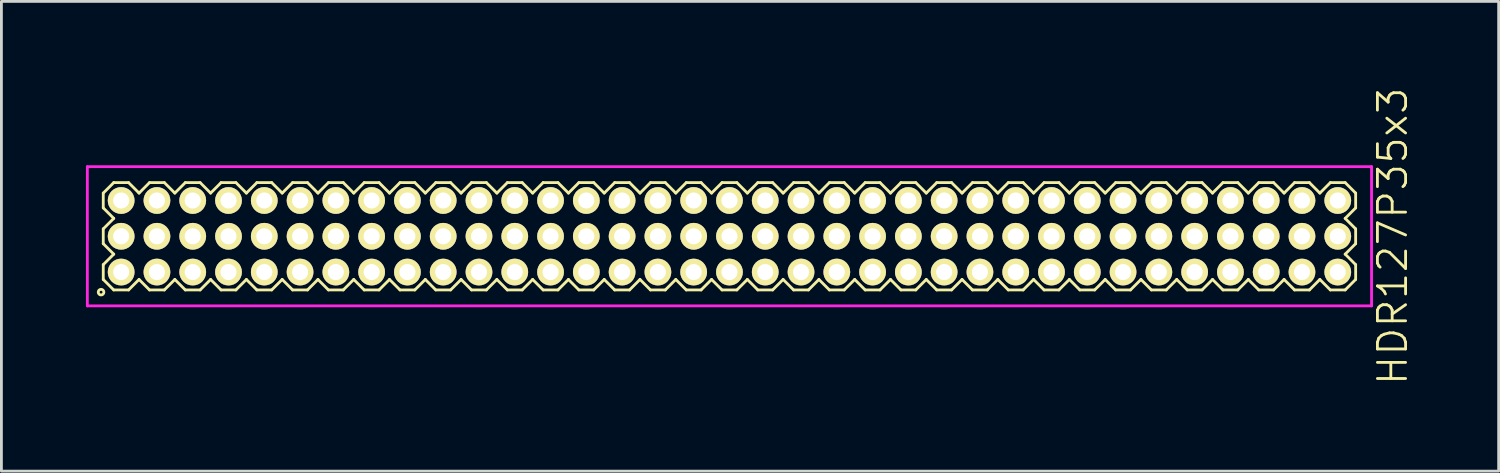
<source format=kicad_pcb>
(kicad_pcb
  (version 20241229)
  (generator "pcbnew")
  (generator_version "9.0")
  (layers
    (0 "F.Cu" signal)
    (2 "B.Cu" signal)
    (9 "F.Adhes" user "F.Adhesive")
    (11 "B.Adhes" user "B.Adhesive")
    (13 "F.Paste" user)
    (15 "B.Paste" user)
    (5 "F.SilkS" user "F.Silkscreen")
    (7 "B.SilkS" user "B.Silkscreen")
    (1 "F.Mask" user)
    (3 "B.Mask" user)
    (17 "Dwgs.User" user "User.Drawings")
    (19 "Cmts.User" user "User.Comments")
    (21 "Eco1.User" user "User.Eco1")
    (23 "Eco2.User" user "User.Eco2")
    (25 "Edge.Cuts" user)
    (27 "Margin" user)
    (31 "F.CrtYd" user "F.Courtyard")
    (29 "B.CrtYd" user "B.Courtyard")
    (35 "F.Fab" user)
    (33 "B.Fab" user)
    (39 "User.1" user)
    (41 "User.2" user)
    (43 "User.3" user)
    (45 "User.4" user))
  (footprint "HDR127P35x3"
    (layer "F.Cu")
    (at 22.84 5.336)
    (property "Reference" "HDR127P35x3" (at 23.54 0 90) (layer "F.SilkS") (effects (font (size 1 1) (thickness 0.1))))
    (attr through_hole)
    (fp_line (start -22.225 -1.533) (end -21.853 -1.905) (stroke (width 0.1) (type solid)) (layer "F.SilkS"))
    (fp_line (start -22.225 -1.007) (end -22.225 -1.533) (stroke (width 0.1) (type solid)) (layer "F.SilkS"))
    (fp_line (start -22.225 -0.263) (end -21.853 -0.635) (stroke (width 0.1) (type solid)) (layer "F.SilkS"))
    (fp_line (start -22.225 0.263) (end -22.225 -0.263) (stroke (width 0.1) (type solid)) (layer "F.SilkS"))
    (fp_line (start -22.225 1.007) (end -21.853 0.635) (stroke (width 0.1) (type solid)) (layer "F.SilkS"))
    (fp_line (start -22.225 1.533) (end -22.225 1.007) (stroke (width 0.1) (type solid)) (layer "F.SilkS"))
    (fp_line (start -21.853 -1.905) (end -21.327 -1.905) (stroke (width 0.1) (type solid)) (layer "F.SilkS"))
    (fp_line (start -21.853 -0.635) (end -22.225 -1.007) (stroke (width 0.1) (type solid)) (layer "F.SilkS"))
    (fp_line (start -21.853 0.635) (end -22.225 0.263) (stroke (width 0.1) (type solid)) (layer "F.SilkS"))
    (fp_line (start -21.853 1.905) (end -22.225 1.533) (stroke (width 0.1) (type solid)) (layer "F.SilkS"))
    (fp_line (start -21.327 -1.905) (end -20.955 -1.533) (stroke (width 0.1) (type solid)) (layer "F.SilkS"))
    (fp_line (start -21.327 1.905) (end -21.853 1.905) (stroke (width 0.1) (type solid)) (layer "F.SilkS"))
    (fp_line (start -20.955 -1.533) (end -20.583 -1.905) (stroke (width 0.1) (type solid)) (layer "F.SilkS"))
    (fp_line (start -20.955 1.533) (end -21.327 1.905) (stroke (width 0.1) (type solid)) (layer "F.SilkS"))
    (fp_line (start -20.583 -1.905) (end -20.057 -1.905) (stroke (width 0.1) (type solid)) (layer "F.SilkS"))
    (fp_line (start -20.583 1.905) (end -20.955 1.533) (stroke (width 0.1) (type solid)) (layer "F.SilkS"))
    (fp_line (start -20.057 -1.905) (end -19.685 -1.533) (stroke (width 0.1) (type solid)) (layer "F.SilkS"))
    (fp_line (start -20.057 1.905) (end -20.583 1.905) (stroke (width 0.1) (type solid)) (layer "F.SilkS"))
    (fp_line (start -19.685 -1.533) (end -19.313 -1.905) (stroke (width 0.1) (type solid)) (layer "F.SilkS"))
    (fp_line (start -19.685 1.533) (end -20.057 1.905) (stroke (width 0.1) (type solid)) (layer "F.SilkS"))
    (fp_line (start -19.313 -1.905) (end -18.787 -1.905) (stroke (width 0.1) (type solid)) (layer "F.SilkS"))
    (fp_line (start -19.313 1.905) (end -19.685 1.533) (stroke (width 0.1) (type solid)) (layer "F.SilkS"))
    (fp_line (start -18.787 -1.905) (end -18.415 -1.533) (stroke (width 0.1) (type solid)) (layer "F.SilkS"))
    (fp_line (start -18.787 1.905) (end -19.313 1.905) (stroke (width 0.1) (type solid)) (layer "F.SilkS"))
    (fp_line (start -18.415 -1.533) (end -18.043 -1.905) (stroke (width 0.1) (type solid)) (layer "F.SilkS"))
    (fp_line (start -18.415 1.533) (end -18.787 1.905) (stroke (width 0.1) (type solid)) (layer "F.SilkS"))
    (fp_line (start -18.043 -1.905) (end -17.517 -1.905) (stroke (width 0.1) (type solid)) (layer "F.SilkS"))
    (fp_line (start -18.043 1.905) (end -18.415 1.533) (stroke (width 0.1) (type solid)) (layer "F.SilkS"))
    (fp_line (start -17.517 -1.905) (end -17.145 -1.533) (stroke (width 0.1) (type solid)) (layer "F.SilkS"))
    (fp_line (start -17.517 1.905) (end -18.043 1.905) (stroke (width 0.1) (type solid)) (layer "F.SilkS"))
    (fp_line (start -17.145 -1.533) (end -16.773 -1.905) (stroke (width 0.1) (type solid)) (layer "F.SilkS"))
    (fp_line (start -17.145 1.533) (end -17.517 1.905) (stroke (width 0.1) (type solid)) (layer "F.SilkS"))
    (fp_line (start -16.773 -1.905) (end -16.247 -1.905) (stroke (width 0.1) (type solid)) (layer "F.SilkS"))
    (fp_line (start -16.773 1.905) (end -17.145 1.533) (stroke (width 0.1) (type solid)) (layer "F.SilkS"))
    (fp_line (start -16.247 -1.905) (end -15.875 -1.533) (stroke (width 0.1) (type solid)) (layer "F.SilkS"))
    (fp_line (start -16.247 1.905) (end -16.773 1.905) (stroke (width 0.1) (type solid)) (layer "F.SilkS"))
    (fp_line (start -15.875 -1.533) (end -15.503 -1.905) (stroke (width 0.1) (type solid)) (layer "F.SilkS"))
    (fp_line (start -15.875 1.533) (end -16.247 1.905) (stroke (width 0.1) (type solid)) (layer "F.SilkS"))
    (fp_line (start -15.503 -1.905) (end -14.977 -1.905) (stroke (width 0.1) (type solid)) (layer "F.SilkS"))
    (fp_line (start -15.503 1.905) (end -15.875 1.533) (stroke (width 0.1) (type solid)) (layer "F.SilkS"))
    (fp_line (start -14.977 -1.905) (end -14.605 -1.533) (stroke (width 0.1) (type solid)) (layer "F.SilkS"))
    (fp_line (start -14.977 1.905) (end -15.503 1.905) (stroke (width 0.1) (type solid)) (layer "F.SilkS"))
    (fp_line (start -14.605 -1.533) (end -14.233 -1.905) (stroke (width 0.1) (type solid)) (layer "F.SilkS"))
    (fp_line (start -14.605 1.533) (end -14.977 1.905) (stroke (width 0.1) (type solid)) (layer "F.SilkS"))
    (fp_line (start -14.233 -1.905) (end -13.707 -1.905) (stroke (width 0.1) (type solid)) (layer "F.SilkS"))
    (fp_line (start -14.233 1.905) (end -14.605 1.533) (stroke (width 0.1) (type solid)) (layer "F.SilkS"))
    (fp_line (start -13.707 -1.905) (end -13.335 -1.533) (stroke (width 0.1) (type solid)) (layer "F.SilkS"))
    (fp_line (start -13.707 1.905) (end -14.233 1.905) (stroke (width 0.1) (type solid)) (layer "F.SilkS"))
    (fp_line (start -13.335 -1.533) (end -12.963 -1.905) (stroke (width 0.1) (type solid)) (layer "F.SilkS"))
    (fp_line (start -13.335 1.533) (end -13.707 1.905) (stroke (width 0.1) (type solid)) (layer "F.SilkS"))
    (fp_line (start -12.963 -1.905) (end -12.437 -1.905) (stroke (width 0.1) (type solid)) (layer "F.SilkS"))
    (fp_line (start -12.963 1.905) (end -13.335 1.533) (stroke (width 0.1) (type solid)) (layer "F.SilkS"))
    (fp_line (start -12.437 -1.905) (end -12.065 -1.533) (stroke (width 0.1) (type solid)) (layer "F.SilkS"))
    (fp_line (start -12.437 1.905) (end -12.963 1.905) (stroke (width 0.1) (type solid)) (layer "F.SilkS"))
    (fp_line (start -12.065 -1.533) (end -11.693 -1.905) (stroke (width 0.1) (type solid)) (layer "F.SilkS"))
    (fp_line (start -12.065 1.533) (end -12.437 1.905) (stroke (width 0.1) (type solid)) (layer "F.SilkS"))
    (fp_line (start -11.693 -1.905) (end -11.167 -1.905) (stroke (width 0.1) (type solid)) (layer "F.SilkS"))
    (fp_line (start -11.693 1.905) (end -12.065 1.533) (stroke (width 0.1) (type solid)) (layer "F.SilkS"))
    (fp_line (start -11.167 -1.905) (end -10.795 -1.533) (stroke (width 0.1) (type solid)) (layer "F.SilkS"))
    (fp_line (start -11.167 1.905) (end -11.693 1.905) (stroke (width 0.1) (type solid)) (layer "F.SilkS"))
    (fp_line (start -10.795 -1.533) (end -10.423 -1.905) (stroke (width 0.1) (type solid)) (layer "F.SilkS"))
    (fp_line (start -10.795 1.533) (end -11.167 1.905) (stroke (width 0.1) (type solid)) (layer "F.SilkS"))
    (fp_line (start -10.423 -1.905) (end -9.897 -1.905) (stroke (width 0.1) (type solid)) (layer "F.SilkS"))
    (fp_line (start -10.423 1.905) (end -10.795 1.533) (stroke (width 0.1) (type solid)) (layer "F.SilkS"))
    (fp_line (start -9.897 -1.905) (end -9.525 -1.533) (stroke (width 0.1) (type solid)) (layer "F.SilkS"))
    (fp_line (start -9.897 1.905) (end -10.423 1.905) (stroke (width 0.1) (type solid)) (layer "F.SilkS"))
    (fp_line (start -9.525 -1.533) (end -9.153 -1.905) (stroke (width 0.1) (type solid)) (layer "F.SilkS"))
    (fp_line (start -9.525 1.533) (end -9.897 1.905) (stroke (width 0.1) (type solid)) (layer "F.SilkS"))
    (fp_line (start -9.153 -1.905) (end -8.627 -1.905) (stroke (width 0.1) (type solid)) (layer "F.SilkS"))
    (fp_line (start -9.153 1.905) (end -9.525 1.533) (stroke (width 0.1) (type solid)) (layer "F.SilkS"))
    (fp_line (start -8.627 -1.905) (end -8.255 -1.533) (stroke (width 0.1) (type solid)) (layer "F.SilkS"))
    (fp_line (start -8.627 1.905) (end -9.153 1.905) (stroke (width 0.1) (type solid)) (layer "F.SilkS"))
    (fp_line (start -8.255 -1.533) (end -7.883 -1.905) (stroke (width 0.1) (type solid)) (layer "F.SilkS"))
    (fp_line (start -8.255 1.533) (end -8.627 1.905) (stroke (width 0.1) (type solid)) (layer "F.SilkS"))
    (fp_line (start -7.883 -1.905) (end -7.357 -1.905) (stroke (width 0.1) (type solid)) (layer "F.SilkS"))
    (fp_line (start -7.883 1.905) (end -8.255 1.533) (stroke (width 0.1) (type solid)) (layer "F.SilkS"))
    (fp_line (start -7.357 -1.905) (end -6.985 -1.533) (stroke (width 0.1) (type solid)) (layer "F.SilkS"))
    (fp_line (start -7.357 1.905) (end -7.883 1.905) (stroke (width 0.1) (type solid)) (layer "F.SilkS"))
    (fp_line (start -6.985 -1.533) (end -6.613 -1.905) (stroke (width 0.1) (type solid)) (layer "F.SilkS"))
    (fp_line (start -6.985 1.533) (end -7.357 1.905) (stroke (width 0.1) (type solid)) (layer "F.SilkS"))
    (fp_line (start -6.613 -1.905) (end -6.087 -1.905) (stroke (width 0.1) (type solid)) (layer "F.SilkS"))
    (fp_line (start -6.613 1.905) (end -6.985 1.533) (stroke (width 0.1) (type solid)) (layer "F.SilkS"))
    (fp_line (start -6.087 -1.905) (end -5.715 -1.533) (stroke (width 0.1) (type solid)) (layer "F.SilkS"))
    (fp_line (start -6.087 1.905) (end -6.613 1.905) (stroke (width 0.1) (type solid)) (layer "F.SilkS"))
    (fp_line (start -5.715 -1.533) (end -5.343 -1.905) (stroke (width 0.1) (type solid)) (layer "F.SilkS"))
    (fp_line (start -5.715 1.533) (end -6.087 1.905) (stroke (width 0.1) (type solid)) (layer "F.SilkS"))
    (fp_line (start -5.343 -1.905) (end -4.817 -1.905) (stroke (width 0.1) (type solid)) (layer "F.SilkS"))
    (fp_line (start -5.343 1.905) (end -5.715 1.533) (stroke (width 0.1) (type solid)) (layer "F.SilkS"))
    (fp_line (start -4.817 -1.905) (end -4.445 -1.533) (stroke (width 0.1) (type solid)) (layer "F.SilkS"))
    (fp_line (start -4.817 1.905) (end -5.343 1.905) (stroke (width 0.1) (type solid)) (layer "F.SilkS"))
    (fp_line (start -4.445 -1.533) (end -4.073 -1.905) (stroke (width 0.1) (type solid)) (layer "F.SilkS"))
    (fp_line (start -4.445 1.533) (end -4.817 1.905) (stroke (width 0.1) (type solid)) (layer "F.SilkS"))
    (fp_line (start -4.073 -1.905) (end -3.547 -1.905) (stroke (width 0.1) (type solid)) (layer "F.SilkS"))
    (fp_line (start -4.073 1.905) (end -4.445 1.533) (stroke (width 0.1) (type solid)) (layer "F.SilkS"))
    (fp_line (start -3.547 -1.905) (end -3.175 -1.533) (stroke (width 0.1) (type solid)) (layer "F.SilkS"))
    (fp_line (start -3.547 1.905) (end -4.073 1.905) (stroke (width 0.1) (type solid)) (layer "F.SilkS"))
    (fp_line (start -3.175 -1.533) (end -2.803 -1.905) (stroke (width 0.1) (type solid)) (layer "F.SilkS"))
    (fp_line (start -3.175 1.533) (end -3.547 1.905) (stroke (width 0.1) (type solid)) (layer "F.SilkS"))
    (fp_line (start -2.803 -1.905) (end -2.277 -1.905) (stroke (width 0.1) (type solid)) (layer "F.SilkS"))
    (fp_line (start -2.803 1.905) (end -3.175 1.533) (stroke (width 0.1) (type solid)) (layer "F.SilkS"))
    (fp_line (start -2.277 -1.905) (end -1.905 -1.533) (stroke (width 0.1) (type solid)) (layer "F.SilkS"))
    (fp_line (start -2.277 1.905) (end -2.803 1.905) (stroke (width 0.1) (type solid)) (layer "F.SilkS"))
    (fp_line (start -1.905 -1.533) (end -1.533 -1.905) (stroke (width 0.1) (type solid)) (layer "F.SilkS"))
    (fp_line (start -1.905 1.533) (end -2.277 1.905) (stroke (width 0.1) (type solid)) (layer "F.SilkS"))
    (fp_line (start -1.533 -1.905) (end -1.007 -1.905) (stroke (width 0.1) (type solid)) (layer "F.SilkS"))
    (fp_line (start -1.533 1.905) (end -1.905 1.533) (stroke (width 0.1) (type solid)) (layer "F.SilkS"))
    (fp_line (start -1.007 -1.905) (end -0.635 -1.533) (stroke (width 0.1) (type solid)) (layer "F.SilkS"))
    (fp_line (start -1.007 1.905) (end -1.533 1.905) (stroke (width 0.1) (type solid)) (layer "F.SilkS"))
    (fp_line (start -0.635 -1.533) (end -0.263 -1.905) (stroke (width 0.1) (type solid)) (layer "F.SilkS"))
    (fp_line (start -0.635 1.533) (end -1.007 1.905) (stroke (width 0.1) (type solid)) (layer "F.SilkS"))
    (fp_line (start -0.263 -1.905) (end 0.263 -1.905) (stroke (width 0.1) (type solid)) (layer "F.SilkS"))
    (fp_line (start -0.263 1.905) (end -0.635 1.533) (stroke (width 0.1) (type solid)) (layer "F.SilkS"))
    (fp_line (start 0.263 -1.905) (end 0.635 -1.533) (stroke (width 0.1) (type solid)) (layer "F.SilkS"))
    (fp_line (start 0.263 1.905) (end -0.263 1.905) (stroke (width 0.1) (type solid)) (layer "F.SilkS"))
    (fp_line (start 0.635 -1.533) (end 1.007 -1.905) (stroke (width 0.1) (type solid)) (layer "F.SilkS"))
    (fp_line (start 0.635 1.533) (end 0.263 1.905) (stroke (width 0.1) (type solid)) (layer "F.SilkS"))
    (fp_line (start 1.007 -1.905) (end 1.533 -1.905) (stroke (width 0.1) (type solid)) (layer "F.SilkS"))
    (fp_line (start 1.007 1.905) (end 0.635 1.533) (stroke (width 0.1) (type solid)) (layer "F.SilkS"))
    (fp_line (start 1.533 -1.905) (end 1.905 -1.533) (stroke (width 0.1) (type solid)) (layer "F.SilkS"))
    (fp_line (start 1.533 1.905) (end 1.007 1.905) (stroke (width 0.1) (type solid)) (layer "F.SilkS"))
    (fp_line (start 1.905 -1.533) (end 2.277 -1.905) (stroke (width 0.1) (type solid)) (layer "F.SilkS"))
    (fp_line (start 1.905 1.533) (end 1.533 1.905) (stroke (width 0.1) (type solid)) (layer "F.SilkS"))
    (fp_line (start 2.277 -1.905) (end 2.803 -1.905) (stroke (width 0.1) (type solid)) (layer "F.SilkS"))
    (fp_line (start 2.277 1.905) (end 1.905 1.533) (stroke (width 0.1) (type solid)) (layer "F.SilkS"))
    (fp_line (start 2.803 -1.905) (end 3.175 -1.533) (stroke (width 0.1) (type solid)) (layer "F.SilkS"))
    (fp_line (start 2.803 1.905) (end 2.277 1.905) (stroke (width 0.1) (type solid)) (layer "F.SilkS"))
    (fp_line (start 3.175 -1.533) (end 3.547 -1.905) (stroke (width 0.1) (type solid)) (layer "F.SilkS"))
    (fp_line (start 3.175 1.533) (end 2.803 1.905) (stroke (width 0.1) (type solid)) (layer "F.SilkS"))
    (fp_line (start 3.547 -1.905) (end 4.073 -1.905) (stroke (width 0.1) (type solid)) (layer "F.SilkS"))
    (fp_line (start 3.547 1.905) (end 3.175 1.533) (stroke (width 0.1) (type solid)) (layer "F.SilkS"))
    (fp_line (start 4.073 -1.905) (end 4.445 -1.533) (stroke (width 0.1) (type solid)) (layer "F.SilkS"))
    (fp_line (start 4.073 1.905) (end 3.547 1.905) (stroke (width 0.1) (type solid)) (layer "F.SilkS"))
    (fp_line (start 4.445 -1.533) (end 4.817 -1.905) (stroke (width 0.1) (type solid)) (layer "F.SilkS"))
    (fp_line (start 4.445 1.533) (end 4.073 1.905) (stroke (width 0.1) (type solid)) (layer "F.SilkS"))
    (fp_line (start 4.817 -1.905) (end 5.343 -1.905) (stroke (width 0.1) (type solid)) (layer "F.SilkS"))
    (fp_line (start 4.817 1.905) (end 4.445 1.533) (stroke (width 0.1) (type solid)) (layer "F.SilkS"))
    (fp_line (start 5.343 -1.905) (end 5.715 -1.533) (stroke (width 0.1) (type solid)) (layer "F.SilkS"))
    (fp_line (start 5.343 1.905) (end 4.817 1.905) (stroke (width 0.1) (type solid)) (layer "F.SilkS"))
    (fp_line (start 5.715 -1.533) (end 6.087 -1.905) (stroke (width 0.1) (type solid)) (layer "F.SilkS"))
    (fp_line (start 5.715 1.533) (end 5.343 1.905) (stroke (width 0.1) (type solid)) (layer "F.SilkS"))
    (fp_line (start 6.087 -1.905) (end 6.613 -1.905) (stroke (width 0.1) (type solid)) (layer "F.SilkS"))
    (fp_line (start 6.087 1.905) (end 5.715 1.533) (stroke (width 0.1) (type solid)) (layer "F.SilkS"))
    (fp_line (start 6.613 -1.905) (end 6.985 -1.533) (stroke (width 0.1) (type solid)) (layer "F.SilkS"))
    (fp_line (start 6.613 1.905) (end 6.087 1.905) (stroke (width 0.1) (type solid)) (layer "F.SilkS"))
    (fp_line (start 6.985 -1.533) (end 7.357 -1.905) (stroke (width 0.1) (type solid)) (layer "F.SilkS"))
    (fp_line (start 6.985 1.533) (end 6.613 1.905) (stroke (width 0.1) (type solid)) (layer "F.SilkS"))
    (fp_line (start 7.357 -1.905) (end 7.883 -1.905) (stroke (width 0.1) (type solid)) (layer "F.SilkS"))
    (fp_line (start 7.357 1.905) (end 6.985 1.533) (stroke (width 0.1) (type solid)) (layer "F.SilkS"))
    (fp_line (start 7.883 -1.905) (end 8.255 -1.533) (stroke (width 0.1) (type solid)) (layer "F.SilkS"))
    (fp_line (start 7.883 1.905) (end 7.357 1.905) (stroke (width 0.1) (type solid)) (layer "F.SilkS"))
    (fp_line (start 8.255 -1.533) (end 8.627 -1.905) (stroke (width 0.1) (type solid)) (layer "F.SilkS"))
    (fp_line (start 8.255 1.533) (end 7.883 1.905) (stroke (width 0.1) (type solid)) (layer "F.SilkS"))
    (fp_line (start 8.627 -1.905) (end 9.153 -1.905) (stroke (width 0.1) (type solid)) (layer "F.SilkS"))
    (fp_line (start 8.627 1.905) (end 8.255 1.533) (stroke (width 0.1) (type solid)) (layer "F.SilkS"))
    (fp_line (start 9.153 -1.905) (end 9.525 -1.533) (stroke (width 0.1) (type solid)) (layer "F.SilkS"))
    (fp_line (start 9.153 1.905) (end 8.627 1.905) (stroke (width 0.1) (type solid)) (layer "F.SilkS"))
    (fp_line (start 9.525 -1.533) (end 9.897 -1.905) (stroke (width 0.1) (type solid)) (layer "F.SilkS"))
    (fp_line (start 9.525 1.533) (end 9.153 1.905) (stroke (width 0.1) (type solid)) (layer "F.SilkS"))
    (fp_line (start 9.897 -1.905) (end 10.423 -1.905) (stroke (width 0.1) (type solid)) (layer "F.SilkS"))
    (fp_line (start 9.897 1.905) (end 9.525 1.533) (stroke (width 0.1) (type solid)) (layer "F.SilkS"))
    (fp_line (start 10.423 -1.905) (end 10.795 -1.533) (stroke (width 0.1) (type solid)) (layer "F.SilkS"))
    (fp_line (start 10.423 1.905) (end 9.897 1.905) (stroke (width 0.1) (type solid)) (layer "F.SilkS"))
    (fp_line (start 10.795 -1.533) (end 11.167 -1.905) (stroke (width 0.1) (type solid)) (layer "F.SilkS"))
    (fp_line (start 10.795 1.533) (end 10.423 1.905) (stroke (width 0.1) (type solid)) (layer "F.SilkS"))
    (fp_line (start 11.167 -1.905) (end 11.693 -1.905) (stroke (width 0.1) (type solid)) (layer "F.SilkS"))
    (fp_line (start 11.167 1.905) (end 10.795 1.533) (stroke (width 0.1) (type solid)) (layer "F.SilkS"))
    (fp_line (start 11.693 -1.905) (end 12.065 -1.533) (stroke (width 0.1) (type solid)) (layer "F.SilkS"))
    (fp_line (start 11.693 1.905) (end 11.167 1.905) (stroke (width 0.1) (type solid)) (layer "F.SilkS"))
    (fp_line (start 12.065 -1.533) (end 12.437 -1.905) (stroke (width 0.1) (type solid)) (layer "F.SilkS"))
    (fp_line (start 12.065 1.533) (end 11.693 1.905) (stroke (width 0.1) (type solid)) (layer "F.SilkS"))
    (fp_line (start 12.437 -1.905) (end 12.963 -1.905) (stroke (width 0.1) (type solid)) (layer "F.SilkS"))
    (fp_line (start 12.437 1.905) (end 12.065 1.533) (stroke (width 0.1) (type solid)) (layer "F.SilkS"))
    (fp_line (start 12.963 -1.905) (end 13.335 -1.533) (stroke (width 0.1) (type solid)) (layer "F.SilkS"))
    (fp_line (start 12.963 1.905) (end 12.437 1.905) (stroke (width 0.1) (type solid)) (layer "F.SilkS"))
    (fp_line (start 13.335 -1.533) (end 13.707 -1.905) (stroke (width 0.1) (type solid)) (layer "F.SilkS"))
    (fp_line (start 13.335 1.533) (end 12.963 1.905) (stroke (width 0.1) (type solid)) (layer "F.SilkS"))
    (fp_line (start 13.707 -1.905) (end 14.233 -1.905) (stroke (width 0.1) (type solid)) (layer "F.SilkS"))
    (fp_line (start 13.707 1.905) (end 13.335 1.533) (stroke (width 0.1) (type solid)) (layer "F.SilkS"))
    (fp_line (start 14.233 -1.905) (end 14.605 -1.533) (stroke (width 0.1) (type solid)) (layer "F.SilkS"))
    (fp_line (start 14.233 1.905) (end 13.707 1.905) (stroke (width 0.1) (type solid)) (layer "F.SilkS"))
    (fp_line (start 14.605 -1.533) (end 14.977 -1.905) (stroke (width 0.1) (type solid)) (layer "F.SilkS"))
    (fp_line (start 14.605 1.533) (end 14.233 1.905) (stroke (width 0.1) (type solid)) (layer "F.SilkS"))
    (fp_line (start 14.977 -1.905) (end 15.503 -1.905) (stroke (width 0.1) (type solid)) (layer "F.SilkS"))
    (fp_line (start 14.977 1.905) (end 14.605 1.533) (stroke (width 0.1) (type solid)) (layer "F.SilkS"))
    (fp_line (start 15.503 -1.905) (end 15.875 -1.533) (stroke (width 0.1) (type solid)) (layer "F.SilkS"))
    (fp_line (start 15.503 1.905) (end 14.977 1.905) (stroke (width 0.1) (type solid)) (layer "F.SilkS"))
    (fp_line (start 15.875 -1.533) (end 16.247 -1.905) (stroke (width 0.1) (type solid)) (layer "F.SilkS"))
    (fp_line (start 15.875 1.533) (end 15.503 1.905) (stroke (width 0.1) (type solid)) (layer "F.SilkS"))
    (fp_line (start 16.247 -1.905) (end 16.773 -1.905) (stroke (width 0.1) (type solid)) (layer "F.SilkS"))
    (fp_line (start 16.247 1.905) (end 15.875 1.533) (stroke (width 0.1) (type solid)) (layer "F.SilkS"))
    (fp_line (start 16.773 -1.905) (end 17.145 -1.533) (stroke (width 0.1) (type solid)) (layer "F.SilkS"))
    (fp_line (start 16.773 1.905) (end 16.247 1.905) (stroke (width 0.1) (type solid)) (layer "F.SilkS"))
    (fp_line (start 17.145 -1.533) (end 17.517 -1.905) (stroke (width 0.1) (type solid)) (layer "F.SilkS"))
    (fp_line (start 17.145 1.533) (end 16.773 1.905) (stroke (width 0.1) (type solid)) (layer "F.SilkS"))
    (fp_line (start 17.517 -1.905) (end 18.043 -1.905) (stroke (width 0.1) (type solid)) (layer "F.SilkS"))
    (fp_line (start 17.517 1.905) (end 17.145 1.533) (stroke (width 0.1) (type solid)) (layer "F.SilkS"))
    (fp_line (start 18.043 -1.905) (end 18.415 -1.533) (stroke (width 0.1) (type solid)) (layer "F.SilkS"))
    (fp_line (start 18.043 1.905) (end 17.517 1.905) (stroke (width 0.1) (type solid)) (layer "F.SilkS"))
    (fp_line (start 18.415 -1.533) (end 18.787 -1.905) (stroke (width 0.1) (type solid)) (layer "F.SilkS"))
    (fp_line (start 18.415 1.533) (end 18.043 1.905) (stroke (width 0.1) (type solid)) (layer "F.SilkS"))
    (fp_line (start 18.787 -1.905) (end 19.313 -1.905) (stroke (width 0.1) (type solid)) (layer "F.SilkS"))
    (fp_line (start 18.787 1.905) (end 18.415 1.533) (stroke (width 0.1) (type solid)) (layer "F.SilkS"))
    (fp_line (start 19.313 -1.905) (end 19.685 -1.533) (stroke (width 0.1) (type solid)) (layer "F.SilkS"))
    (fp_line (start 19.313 1.905) (end 18.787 1.905) (stroke (width 0.1) (type solid)) (layer "F.SilkS"))
    (fp_line (start 19.685 -1.533) (end 20.057 -1.905) (stroke (width 0.1) (type solid)) (layer "F.SilkS"))
    (fp_line (start 19.685 1.533) (end 19.313 1.905) (stroke (width 0.1) (type solid)) (layer "F.SilkS"))
    (fp_line (start 20.057 -1.905) (end 20.583 -1.905) (stroke (width 0.1) (type solid)) (layer "F.SilkS"))
    (fp_line (start 20.057 1.905) (end 19.685 1.533) (stroke (width 0.1) (type solid)) (layer "F.SilkS"))
    (fp_line (start 20.583 -1.905) (end 20.955 -1.533) (stroke (width 0.1) (type solid)) (layer "F.SilkS"))
    (fp_line (start 20.583 1.905) (end 20.057 1.905) (stroke (width 0.1) (type solid)) (layer "F.SilkS"))
    (fp_line (start 20.955 -1.533) (end 21.327 -1.905) (stroke (width 0.1) (type solid)) (layer "F.SilkS"))
    (fp_line (start 20.955 1.533) (end 20.583 1.905) (stroke (width 0.1) (type solid)) (layer "F.SilkS"))
    (fp_line (start 21.327 -1.905) (end 21.853 -1.905) (stroke (width 0.1) (type solid)) (layer "F.SilkS"))
    (fp_line (start 21.327 1.905) (end 20.955 1.533) (stroke (width 0.1) (type solid)) (layer "F.SilkS"))
    (fp_line (start 21.853 -1.905) (end 22.225 -1.533) (stroke (width 0.1) (type solid)) (layer "F.SilkS"))
    (fp_line (start 21.853 -0.635) (end 22.225 -0.263) (stroke (width 0.1) (type solid)) (layer "F.SilkS"))
    (fp_line (start 21.853 0.635) (end 22.225 1.007) (stroke (width 0.1) (type solid)) (layer "F.SilkS"))
    (fp_line (start 21.853 1.905) (end 21.327 1.905) (stroke (width 0.1) (type solid)) (layer "F.SilkS"))
    (fp_line (start 22.225 -1.533) (end 22.225 -1.007) (stroke (width 0.1) (type solid)) (layer "F.SilkS"))
    (fp_line (start 22.225 -1.007) (end 21.853 -0.635) (stroke (width 0.1) (type solid)) (layer "F.SilkS"))
    (fp_line (start 22.225 -0.263) (end 22.225 0.263) (stroke (width 0.1) (type solid)) (layer "F.SilkS"))
    (fp_line (start 22.225 0.263) (end 21.853 0.635) (stroke (width 0.1) (type solid)) (layer "F.SilkS"))
    (fp_line (start 22.225 1.007) (end 22.225 1.533) (stroke (width 0.1) (type solid)) (layer "F.SilkS"))
    (fp_line (start 22.225 1.533) (end 21.853 1.905) (stroke (width 0.1) (type solid)) (layer "F.SilkS"))
    (fp_circle (center -22.303 1.983) (end -22.203 1.983) (stroke (width 0.1) (type solid)) (fill no) (layer "F.SilkS"))
    (fp_line (start -22.79 -2.47) (end -22.79 2.47) (stroke (width 0.1) (type solid)) (layer "F.CrtYd"))
    (fp_line (start -22.79 2.47) (end 22.79 2.47) (stroke (width 0.1) (type solid)) (layer "F.CrtYd"))
    (fp_line (start 22.79 -2.47) (end -22.79 -2.47) (stroke (width 0.1) (type solid)) (layer "F.CrtYd"))
    (fp_line (start 22.79 2.47) (end 22.79 -2.47) (stroke (width 0.1) (type solid)) (layer "F.CrtYd"))
    (pad "1" thru_hole oval (at -21.59 1.27) (size 0.95 0.95) (drill 0.57) (layers "*.Cu" "*.Mask" "F.SilkS"))
    (pad "2" thru_hole oval (at -21.59 0) (size 0.95 0.95) (drill 0.57) (layers "*.Cu" "*.Mask" "F.SilkS"))
    (pad "3" thru_hole oval (at -21.59 -1.27) (size 0.95 0.95) (drill 0.57) (layers "*.Cu" "*.Mask" "F.SilkS"))
    (pad "4" thru_hole oval (at -20.32 1.27) (size 0.95 0.95) (drill 0.57) (layers "*.Cu" "*.Mask" "F.SilkS"))
    (pad "5" thru_hole oval (at -20.32 0) (size 0.95 0.95) (drill 0.57) (layers "*.Cu" "*.Mask" "F.SilkS"))
    (pad "6" thru_hole oval (at -20.32 -1.27) (size 0.95 0.95) (drill 0.57) (layers "*.Cu" "*.Mask" "F.SilkS"))
    (pad "7" thru_hole oval (at -19.05 1.27) (size 0.95 0.95) (drill 0.57) (layers "*.Cu" "*.Mask" "F.SilkS"))
    (pad "8" thru_hole oval (at -19.05 0) (size 0.95 0.95) (drill 0.57) (layers "*.Cu" "*.Mask" "F.SilkS"))
    (pad "9" thru_hole oval (at -19.05 -1.27) (size 0.95 0.95) (drill 0.57) (layers "*.Cu" "*.Mask" "F.SilkS"))
    (pad "10" thru_hole oval (at -17.78 1.27) (size 0.95 0.95) (drill 0.57) (layers "*.Cu" "*.Mask" "F.SilkS"))
    (pad "11" thru_hole oval (at -17.78 0) (size 0.95 0.95) (drill 0.57) (layers "*.Cu" "*.Mask" "F.SilkS"))
    (pad "12" thru_hole oval (at -17.78 -1.27) (size 0.95 0.95) (drill 0.57) (layers "*.Cu" "*.Mask" "F.SilkS"))
    (pad "13" thru_hole oval (at -16.51 1.27) (size 0.95 0.95) (drill 0.57) (layers "*.Cu" "*.Mask" "F.SilkS"))
    (pad "14" thru_hole oval (at -16.51 0) (size 0.95 0.95) (drill 0.57) (layers "*.Cu" "*.Mask" "F.SilkS"))
    (pad "15" thru_hole oval (at -16.51 -1.27) (size 0.95 0.95) (drill 0.57) (layers "*.Cu" "*.Mask" "F.SilkS"))
    (pad "16" thru_hole oval (at -15.24 1.27) (size 0.95 0.95) (drill 0.57) (layers "*.Cu" "*.Mask" "F.SilkS"))
    (pad "17" thru_hole oval (at -15.24 0) (size 0.95 0.95) (drill 0.57) (layers "*.Cu" "*.Mask" "F.SilkS"))
    (pad "18" thru_hole oval (at -15.24 -1.27) (size 0.95 0.95) (drill 0.57) (layers "*.Cu" "*.Mask" "F.SilkS"))
    (pad "19" thru_hole oval (at -13.97 1.27) (size 0.95 0.95) (drill 0.57) (layers "*.Cu" "*.Mask" "F.SilkS"))
    (pad "20" thru_hole oval (at -13.97 0) (size 0.95 0.95) (drill 0.57) (layers "*.Cu" "*.Mask" "F.SilkS"))
    (pad "21" thru_hole oval (at -13.97 -1.27) (size 0.95 0.95) (drill 0.57) (layers "*.Cu" "*.Mask" "F.SilkS"))
    (pad "22" thru_hole oval (at -12.7 1.27) (size 0.95 0.95) (drill 0.57) (layers "*.Cu" "*.Mask" "F.SilkS"))
    (pad "23" thru_hole oval (at -12.7 0) (size 0.95 0.95) (drill 0.57) (layers "*.Cu" "*.Mask" "F.SilkS"))
    (pad "24" thru_hole oval (at -12.7 -1.27) (size 0.95 0.95) (drill 0.57) (layers "*.Cu" "*.Mask" "F.SilkS"))
    (pad "25" thru_hole oval (at -11.43 1.27) (size 0.95 0.95) (drill 0.57) (layers "*.Cu" "*.Mask" "F.SilkS"))
    (pad "26" thru_hole oval (at -11.43 0) (size 0.95 0.95) (drill 0.57) (layers "*.Cu" "*.Mask" "F.SilkS"))
    (pad "27" thru_hole oval (at -11.43 -1.27) (size 0.95 0.95) (drill 0.57) (layers "*.Cu" "*.Mask" "F.SilkS"))
    (pad "28" thru_hole oval (at -10.16 1.27) (size 0.95 0.95) (drill 0.57) (layers "*.Cu" "*.Mask" "F.SilkS"))
    (pad "29" thru_hole oval (at -10.16 0) (size 0.95 0.95) (drill 0.57) (layers "*.Cu" "*.Mask" "F.SilkS"))
    (pad "30" thru_hole oval (at -10.16 -1.27) (size 0.95 0.95) (drill 0.57) (layers "*.Cu" "*.Mask" "F.SilkS"))
    (pad "31" thru_hole oval (at -8.89 1.27) (size 0.95 0.95) (drill 0.57) (layers "*.Cu" "*.Mask" "F.SilkS"))
    (pad "32" thru_hole oval (at -8.89 0) (size 0.95 0.95) (drill 0.57) (layers "*.Cu" "*.Mask" "F.SilkS"))
    (pad "33" thru_hole oval (at -8.89 -1.27) (size 0.95 0.95) (drill 0.57) (layers "*.Cu" "*.Mask" "F.SilkS"))
    (pad "34" thru_hole oval (at -7.62 1.27) (size 0.95 0.95) (drill 0.57) (layers "*.Cu" "*.Mask" "F.SilkS"))
    (pad "35" thru_hole oval (at -7.62 0) (size 0.95 0.95) (drill 0.57) (layers "*.Cu" "*.Mask" "F.SilkS"))
    (pad "36" thru_hole oval (at -7.62 -1.27) (size 0.95 0.95) (drill 0.57) (layers "*.Cu" "*.Mask" "F.SilkS"))
    (pad "37" thru_hole oval (at -6.35 1.27) (size 0.95 0.95) (drill 0.57) (layers "*.Cu" "*.Mask" "F.SilkS"))
    (pad "38" thru_hole oval (at -6.35 0) (size 0.95 0.95) (drill 0.57) (layers "*.Cu" "*.Mask" "F.SilkS"))
    (pad "39" thru_hole oval (at -6.35 -1.27) (size 0.95 0.95) (drill 0.57) (layers "*.Cu" "*.Mask" "F.SilkS"))
    (pad "40" thru_hole oval (at -5.08 1.27) (size 0.95 0.95) (drill 0.57) (layers "*.Cu" "*.Mask" "F.SilkS"))
    (pad "41" thru_hole oval (at -5.08 0) (size 0.95 0.95) (drill 0.57) (layers "*.Cu" "*.Mask" "F.SilkS"))
    (pad "42" thru_hole oval (at -5.08 -1.27) (size 0.95 0.95) (drill 0.57) (layers "*.Cu" "*.Mask" "F.SilkS"))
    (pad "43" thru_hole oval (at -3.81 1.27) (size 0.95 0.95) (drill 0.57) (layers "*.Cu" "*.Mask" "F.SilkS"))
    (pad "44" thru_hole oval (at -3.81 0) (size 0.95 0.95) (drill 0.57) (layers "*.Cu" "*.Mask" "F.SilkS"))
    (pad "45" thru_hole oval (at -3.81 -1.27) (size 0.95 0.95) (drill 0.57) (layers "*.Cu" "*.Mask" "F.SilkS"))
    (pad "46" thru_hole oval (at -2.54 1.27) (size 0.95 0.95) (drill 0.57) (layers "*.Cu" "*.Mask" "F.SilkS"))
    (pad "47" thru_hole oval (at -2.54 0) (size 0.95 0.95) (drill 0.57) (layers "*.Cu" "*.Mask" "F.SilkS"))
    (pad "48" thru_hole oval (at -2.54 -1.27) (size 0.95 0.95) (drill 0.57) (layers "*.Cu" "*.Mask" "F.SilkS"))
    (pad "49" thru_hole oval (at -1.27 1.27) (size 0.95 0.95) (drill 0.57) (layers "*.Cu" "*.Mask" "F.SilkS"))
    (pad "50" thru_hole oval (at -1.27 0) (size 0.95 0.95) (drill 0.57) (layers "*.Cu" "*.Mask" "F.SilkS"))
    (pad "51" thru_hole oval (at -1.27 -1.27) (size 0.95 0.95) (drill 0.57) (layers "*.Cu" "*.Mask" "F.SilkS"))
    (pad "52" thru_hole oval (at 0 1.27) (size 0.95 0.95) (drill 0.57) (layers "*.Cu" "*.Mask" "F.SilkS"))
    (pad "53" thru_hole oval (at 0 0) (size 0.95 0.95) (drill 0.57) (layers "*.Cu" "*.Mask" "F.SilkS"))
    (pad "54" thru_hole oval (at 0 -1.27) (size 0.95 0.95) (drill 0.57) (layers "*.Cu" "*.Mask" "F.SilkS"))
    (pad "55" thru_hole oval (at 1.27 1.27) (size 0.95 0.95) (drill 0.57) (layers "*.Cu" "*.Mask" "F.SilkS"))
    (pad "56" thru_hole oval (at 1.27 0) (size 0.95 0.95) (drill 0.57) (layers "*.Cu" "*.Mask" "F.SilkS"))
    (pad "57" thru_hole oval (at 1.27 -1.27) (size 0.95 0.95) (drill 0.57) (layers "*.Cu" "*.Mask" "F.SilkS"))
    (pad "58" thru_hole oval (at 2.54 1.27) (size 0.95 0.95) (drill 0.57) (layers "*.Cu" "*.Mask" "F.SilkS"))
    (pad "59" thru_hole oval (at 2.54 0) (size 0.95 0.95) (drill 0.57) (layers "*.Cu" "*.Mask" "F.SilkS"))
    (pad "60" thru_hole oval (at 2.54 -1.27) (size 0.95 0.95) (drill 0.57) (layers "*.Cu" "*.Mask" "F.SilkS"))
    (pad "61" thru_hole oval (at 3.81 1.27) (size 0.95 0.95) (drill 0.57) (layers "*.Cu" "*.Mask" "F.SilkS"))
    (pad "62" thru_hole oval (at 3.81 0) (size 0.95 0.95) (drill 0.57) (layers "*.Cu" "*.Mask" "F.SilkS"))
    (pad "63" thru_hole oval (at 3.81 -1.27) (size 0.95 0.95) (drill 0.57) (layers "*.Cu" "*.Mask" "F.SilkS"))
    (pad "64" thru_hole oval (at 5.08 1.27) (size 0.95 0.95) (drill 0.57) (layers "*.Cu" "*.Mask" "F.SilkS"))
    (pad "65" thru_hole oval (at 5.08 0) (size 0.95 0.95) (drill 0.57) (layers "*.Cu" "*.Mask" "F.SilkS"))
    (pad "66" thru_hole oval (at 5.08 -1.27) (size 0.95 0.95) (drill 0.57) (layers "*.Cu" "*.Mask" "F.SilkS"))
    (pad "67" thru_hole oval (at 6.35 1.27) (size 0.95 0.95) (drill 0.57) (layers "*.Cu" "*.Mask" "F.SilkS"))
    (pad "68" thru_hole oval (at 6.35 0) (size 0.95 0.95) (drill 0.57) (layers "*.Cu" "*.Mask" "F.SilkS"))
    (pad "69" thru_hole oval (at 6.35 -1.27) (size 0.95 0.95) (drill 0.57) (layers "*.Cu" "*.Mask" "F.SilkS"))
    (pad "70" thru_hole oval (at 7.62 1.27) (size 0.95 0.95) (drill 0.57) (layers "*.Cu" "*.Mask" "F.SilkS"))
    (pad "71" thru_hole oval (at 7.62 0) (size 0.95 0.95) (drill 0.57) (layers "*.Cu" "*.Mask" "F.SilkS"))
    (pad "72" thru_hole oval (at 7.62 -1.27) (size 0.95 0.95) (drill 0.57) (layers "*.Cu" "*.Mask" "F.SilkS"))
    (pad "73" thru_hole oval (at 8.89 1.27) (size 0.95 0.95) (drill 0.57) (layers "*.Cu" "*.Mask" "F.SilkS"))
    (pad "74" thru_hole oval (at 8.89 0) (size 0.95 0.95) (drill 0.57) (layers "*.Cu" "*.Mask" "F.SilkS"))
    (pad "75" thru_hole oval (at 8.89 -1.27) (size 0.95 0.95) (drill 0.57) (layers "*.Cu" "*.Mask" "F.SilkS"))
    (pad "76" thru_hole oval (at 10.16 1.27) (size 0.95 0.95) (drill 0.57) (layers "*.Cu" "*.Mask" "F.SilkS"))
    (pad "77" thru_hole oval (at 10.16 0) (size 0.95 0.95) (drill 0.57) (layers "*.Cu" "*.Mask" "F.SilkS"))
    (pad "78" thru_hole oval (at 10.16 -1.27) (size 0.95 0.95) (drill 0.57) (layers "*.Cu" "*.Mask" "F.SilkS"))
    (pad "79" thru_hole oval (at 11.43 1.27) (size 0.95 0.95) (drill 0.57) (layers "*.Cu" "*.Mask" "F.SilkS"))
    (pad "80" thru_hole oval (at 11.43 0) (size 0.95 0.95) (drill 0.57) (layers "*.Cu" "*.Mask" "F.SilkS"))
    (pad "81" thru_hole oval (at 11.43 -1.27) (size 0.95 0.95) (drill 0.57) (layers "*.Cu" "*.Mask" "F.SilkS"))
    (pad "82" thru_hole oval (at 12.7 1.27) (size 0.95 0.95) (drill 0.57) (layers "*.Cu" "*.Mask" "F.SilkS"))
    (pad "83" thru_hole oval (at 12.7 0) (size 0.95 0.95) (drill 0.57) (layers "*.Cu" "*.Mask" "F.SilkS"))
    (pad "84" thru_hole oval (at 12.7 -1.27) (size 0.95 0.95) (drill 0.57) (layers "*.Cu" "*.Mask" "F.SilkS"))
    (pad "85" thru_hole oval (at 13.97 1.27) (size 0.95 0.95) (drill 0.57) (layers "*.Cu" "*.Mask" "F.SilkS"))
    (pad "86" thru_hole oval (at 13.97 0) (size 0.95 0.95) (drill 0.57) (layers "*.Cu" "*.Mask" "F.SilkS"))
    (pad "87" thru_hole oval (at 13.97 -1.27) (size 0.95 0.95) (drill 0.57) (layers "*.Cu" "*.Mask" "F.SilkS"))
    (pad "88" thru_hole oval (at 15.24 1.27) (size 0.95 0.95) (drill 0.57) (layers "*.Cu" "*.Mask" "F.SilkS"))
    (pad "89" thru_hole oval (at 15.24 0) (size 0.95 0.95) (drill 0.57) (layers "*.Cu" "*.Mask" "F.SilkS"))
    (pad "90" thru_hole oval (at 15.24 -1.27) (size 0.95 0.95) (drill 0.57) (layers "*.Cu" "*.Mask" "F.SilkS"))
    (pad "91" thru_hole oval (at 16.51 1.27) (size 0.95 0.95) (drill 0.57) (layers "*.Cu" "*.Mask" "F.SilkS"))
    (pad "92" thru_hole oval (at 16.51 0) (size 0.95 0.95) (drill 0.57) (layers "*.Cu" "*.Mask" "F.SilkS"))
    (pad "93" thru_hole oval (at 16.51 -1.27) (size 0.95 0.95) (drill 0.57) (layers "*.Cu" "*.Mask" "F.SilkS"))
    (pad "94" thru_hole oval (at 17.78 1.27) (size 0.95 0.95) (drill 0.57) (layers "*.Cu" "*.Mask" "F.SilkS"))
    (pad "95" thru_hole oval (at 17.78 0) (size 0.95 0.95) (drill 0.57) (layers "*.Cu" "*.Mask" "F.SilkS"))
    (pad "96" thru_hole oval (at 17.78 -1.27) (size 0.95 0.95) (drill 0.57) (layers "*.Cu" "*.Mask" "F.SilkS"))
    (pad "97" thru_hole oval (at 19.05 1.27) (size 0.95 0.95) (drill 0.57) (layers "*.Cu" "*.Mask" "F.SilkS"))
    (pad "98" thru_hole oval (at 19.05 0) (size 0.95 0.95) (drill 0.57) (layers "*.Cu" "*.Mask" "F.SilkS"))
    (pad "99" thru_hole oval (at 19.05 -1.27) (size 0.95 0.95) (drill 0.57) (layers "*.Cu" "*.Mask" "F.SilkS"))
    (pad "100" thru_hole oval (at 20.32 1.27) (size 0.95 0.95) (drill 0.57) (layers "*.Cu" "*.Mask" "F.SilkS"))
    (pad "101" thru_hole oval (at 20.32 0) (size 0.95 0.95) (drill 0.57) (layers "*.Cu" "*.Mask" "F.SilkS"))
    (pad "102" thru_hole oval (at 20.32 -1.27) (size 0.95 0.95) (drill 0.57) (layers "*.Cu" "*.Mask" "F.SilkS"))
    (pad "103" thru_hole oval (at 21.59 1.27) (size 0.95 0.95) (drill 0.57) (layers "*.Cu" "*.Mask" "F.SilkS"))
    (pad "104" thru_hole oval (at 21.59 0) (size 0.95 0.95) (drill 0.57) (layers "*.Cu" "*.Mask" "F.SilkS"))
    (pad "105" thru_hole oval (at 21.59 -1.27) (size 0.95 0.95) (drill 0.57) (layers "*.Cu" "*.Mask" "F.SilkS")))
  (gr_rect
    (start -3 -3)
    (end 50.141 13.671)
    (stroke (width 0.1) (type default))
    (fill no)
    (layer "Edge.Cuts")))
</source>
